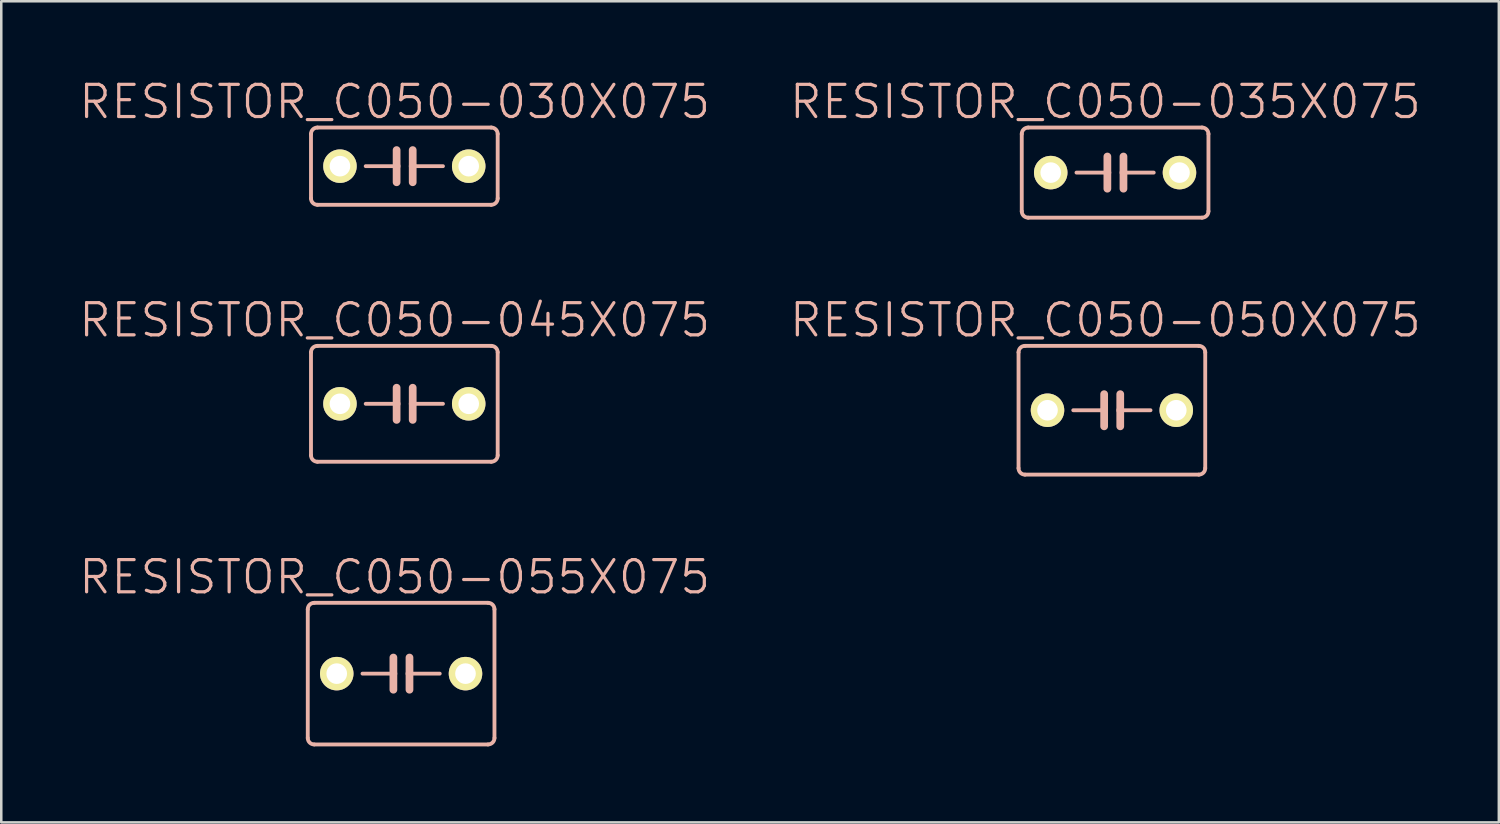
<source format=kicad_pcb>
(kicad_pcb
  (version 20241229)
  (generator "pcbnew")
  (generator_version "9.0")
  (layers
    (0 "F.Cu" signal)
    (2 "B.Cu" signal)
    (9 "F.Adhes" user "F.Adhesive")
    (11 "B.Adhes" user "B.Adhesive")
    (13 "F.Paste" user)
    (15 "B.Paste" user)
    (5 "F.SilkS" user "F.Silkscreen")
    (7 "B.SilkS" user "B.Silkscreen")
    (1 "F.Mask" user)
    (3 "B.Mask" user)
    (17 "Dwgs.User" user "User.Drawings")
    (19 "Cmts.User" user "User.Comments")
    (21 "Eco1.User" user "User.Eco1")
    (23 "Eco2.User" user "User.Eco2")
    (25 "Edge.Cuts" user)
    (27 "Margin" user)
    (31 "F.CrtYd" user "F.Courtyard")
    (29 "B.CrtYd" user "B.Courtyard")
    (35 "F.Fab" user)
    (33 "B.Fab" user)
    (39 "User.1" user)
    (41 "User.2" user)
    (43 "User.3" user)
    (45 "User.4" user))
  (footprint "RESISTOR_C050-055X075"
    (layer "F.Cu")
    (at 12.776 23.528)
    (property "Reference" "RESISTOR_C050-055X075" (at -0.254 -3.81 0) (layer "B.SilkS") (effects (font (size 1.27 1.27) (thickness 0.127))))
    (attr exclude_from_pos_files exclude_from_bom)
    (fp_line (start -3.683 -2.54) (end -3.683 2.54) (stroke (width 0.152) (type solid)) (layer "B.SilkS"))
    (fp_line (start -3.429 2.794) (end 3.429 2.794) (stroke (width 0.152) (type solid)) (layer "B.SilkS"))
    (fp_line (start -0.305 -0.635) (end -0.305 0) (stroke (width 0.305) (type solid)) (layer "B.SilkS"))
    (fp_line (start -0.305 0) (end -1.524 0) (stroke (width 0.152) (type solid)) (layer "B.SilkS"))
    (fp_line (start -0.305 0) (end -0.305 0.635) (stroke (width 0.305) (type solid)) (layer "B.SilkS"))
    (fp_line (start 0.33 -0.635) (end 0.33 0) (stroke (width 0.305) (type solid)) (layer "B.SilkS"))
    (fp_line (start 0.33 0) (end 0.33 0.635) (stroke (width 0.305) (type solid)) (layer "B.SilkS"))
    (fp_line (start 0.33 0) (end 1.524 0) (stroke (width 0.152) (type solid)) (layer "B.SilkS"))
    (fp_line (start 3.429 -2.794) (end -3.429 -2.794) (stroke (width 0.152) (type solid)) (layer "B.SilkS"))
    (fp_line (start 3.683 2.54) (end 3.683 -2.54) (stroke (width 0.152) (type solid)) (layer "B.SilkS"))
    (fp_arc (start -3.683 -2.54) (mid -3.608605 -2.719605) (end -3.429 -2.794) (stroke (width 0.1524) (type solid)) (layer "B.SilkS"))
    (fp_arc (start -3.429 2.794) (mid -3.608605 2.719605) (end -3.683 2.54) (stroke (width 0.1524) (type solid)) (layer "B.SilkS"))
    (fp_arc (start 3.429 -2.794) (mid 3.608605 -2.719605) (end 3.683 -2.54) (stroke (width 0.1524) (type solid)) (layer "B.SilkS"))
    (fp_arc (start 3.683 2.54) (mid 3.608605 2.719605) (end 3.429 2.794) (stroke (width 0.1524) (type solid)) (layer "B.SilkS"))
    (pad "1" thru_hole circle (at -2.54 0) (size 1.321 1.321) (drill 0.813) (layers "*.Cu" "F.Mask" "F.SilkS" "F.Paste"))
    (pad "2" thru_hole circle (at 2.54 0) (size 1.321 1.321) (drill 0.813) (layers "*.Cu" "F.Mask" "F.SilkS" "F.Paste")))
  (footprint "RESISTOR_C050-045X075"
    (layer "F.Cu")
    (at 12.903 12.882)
    (property "Reference" "RESISTOR_C050-045X075" (at -0.381 -3.302 0) (layer "B.SilkS") (effects (font (size 1.27 1.27) (thickness 0.127))))
    (attr exclude_from_pos_files exclude_from_bom)
    (fp_line (start -3.683 -2.032) (end -3.683 2.032) (stroke (width 0.152) (type solid)) (layer "B.SilkS"))
    (fp_line (start -3.429 2.286) (end 3.429 2.286) (stroke (width 0.152) (type solid)) (layer "B.SilkS"))
    (fp_line (start -0.305 -0.635) (end -0.305 0) (stroke (width 0.305) (type solid)) (layer "B.SilkS"))
    (fp_line (start -0.305 0) (end -1.524 0) (stroke (width 0.152) (type solid)) (layer "B.SilkS"))
    (fp_line (start -0.305 0) (end -0.305 0.635) (stroke (width 0.305) (type solid)) (layer "B.SilkS"))
    (fp_line (start 0.33 -0.635) (end 0.33 0) (stroke (width 0.305) (type solid)) (layer "B.SilkS"))
    (fp_line (start 0.33 0) (end 0.33 0.635) (stroke (width 0.305) (type solid)) (layer "B.SilkS"))
    (fp_line (start 0.33 0) (end 1.524 0) (stroke (width 0.152) (type solid)) (layer "B.SilkS"))
    (fp_line (start 3.429 -2.286) (end -3.429 -2.286) (stroke (width 0.152) (type solid)) (layer "B.SilkS"))
    (fp_line (start 3.683 2.032) (end 3.683 -2.032) (stroke (width 0.152) (type solid)) (layer "B.SilkS"))
    (fp_arc (start -3.683 -2.032) (mid -3.608605 -2.211605) (end -3.429 -2.286) (stroke (width 0.1524) (type solid)) (layer "B.SilkS"))
    (fp_arc (start -3.429 2.286) (mid -3.608605 2.211605) (end -3.683 2.032) (stroke (width 0.1524) (type solid)) (layer "B.SilkS"))
    (fp_arc (start 3.429 -2.286) (mid 3.608605 -2.211605) (end 3.683 -2.032) (stroke (width 0.1524) (type solid)) (layer "B.SilkS"))
    (fp_arc (start 3.683 2.032) (mid 3.608605 2.211605) (end 3.429 2.286) (stroke (width 0.1524) (type solid)) (layer "B.SilkS"))
    (pad "1" thru_hole circle (at -2.54 0) (size 1.321 1.321) (drill 0.813) (layers "*.Cu" "F.Mask" "F.SilkS" "F.Paste"))
    (pad "2" thru_hole circle (at 2.54 0) (size 1.321 1.321) (drill 0.813) (layers "*.Cu" "F.Mask" "F.SilkS" "F.Paste")))
  (footprint "RESISTOR_C050-050X075"
    (layer "F.Cu")
    (at 40.819 13.136)
    (property "Reference" "RESISTOR_C050-050X075" (at -0.254 -3.556 0) (layer "B.SilkS") (effects (font (size 1.27 1.27) (thickness 0.127))))
    (attr exclude_from_pos_files exclude_from_bom)
    (fp_line (start -3.683 -2.286) (end -3.683 2.286) (stroke (width 0.152) (type solid)) (layer "B.SilkS"))
    (fp_line (start -3.429 2.54) (end 3.429 2.54) (stroke (width 0.152) (type solid)) (layer "B.SilkS"))
    (fp_line (start -0.305 -0.635) (end -0.305 0) (stroke (width 0.305) (type solid)) (layer "B.SilkS"))
    (fp_line (start -0.305 0) (end -1.524 0) (stroke (width 0.152) (type solid)) (layer "B.SilkS"))
    (fp_line (start -0.305 0) (end -0.305 0.635) (stroke (width 0.305) (type solid)) (layer "B.SilkS"))
    (fp_line (start 0.33 -0.635) (end 0.33 0) (stroke (width 0.305) (type solid)) (layer "B.SilkS"))
    (fp_line (start 0.33 0) (end 0.33 0.635) (stroke (width 0.305) (type solid)) (layer "B.SilkS"))
    (fp_line (start 0.33 0) (end 1.524 0) (stroke (width 0.152) (type solid)) (layer "B.SilkS"))
    (fp_line (start 3.429 -2.54) (end -3.429 -2.54) (stroke (width 0.152) (type solid)) (layer "B.SilkS"))
    (fp_line (start 3.683 2.286) (end 3.683 -2.286) (stroke (width 0.152) (type solid)) (layer "B.SilkS"))
    (fp_arc (start -3.683 -2.286) (mid -3.608605 -2.465605) (end -3.429 -2.54) (stroke (width 0.1524) (type solid)) (layer "B.SilkS"))
    (fp_arc (start -3.429 2.54) (mid -3.608605 2.465605) (end -3.683 2.286) (stroke (width 0.1524) (type solid)) (layer "B.SilkS"))
    (fp_arc (start 3.429 -2.54) (mid 3.608605 -2.465605) (end 3.683 -2.286) (stroke (width 0.1524) (type solid)) (layer "B.SilkS"))
    (fp_arc (start 3.683 2.286) (mid 3.608605 2.465605) (end 3.429 2.54) (stroke (width 0.1524) (type solid)) (layer "B.SilkS"))
    (pad "1" thru_hole circle (at -2.54 0) (size 1.321 1.321) (drill 0.813) (layers "*.Cu" "F.Mask" "F.SilkS" "F.Paste"))
    (pad "2" thru_hole circle (at 2.54 0) (size 1.321 1.321) (drill 0.813) (layers "*.Cu" "F.Mask" "F.SilkS" "F.Paste")))
  (footprint "RESISTOR_C050-030X075"
    (layer "F.Cu")
    (at 12.903 3.506)
    (property "Reference" "RESISTOR_C050-030X075" (at -0.381 -2.54 0) (layer "B.SilkS") (effects (font (size 1.27 1.27) (thickness 0.127))))
    (attr exclude_from_pos_files exclude_from_bom)
    (fp_line (start -3.683 -1.27) (end -3.683 1.27) (stroke (width 0.152) (type solid)) (layer "B.SilkS"))
    (fp_line (start -3.429 1.524) (end 3.429 1.524) (stroke (width 0.152) (type solid)) (layer "B.SilkS"))
    (fp_line (start -0.305 -0.635) (end -0.305 0) (stroke (width 0.305) (type solid)) (layer "B.SilkS"))
    (fp_line (start -0.305 0) (end -1.524 0) (stroke (width 0.152) (type solid)) (layer "B.SilkS"))
    (fp_line (start -0.305 0) (end -0.305 0.635) (stroke (width 0.305) (type solid)) (layer "B.SilkS"))
    (fp_line (start 0.33 -0.635) (end 0.33 0) (stroke (width 0.305) (type solid)) (layer "B.SilkS"))
    (fp_line (start 0.33 0) (end 0.33 0.635) (stroke (width 0.305) (type solid)) (layer "B.SilkS"))
    (fp_line (start 0.33 0) (end 1.524 0) (stroke (width 0.152) (type solid)) (layer "B.SilkS"))
    (fp_line (start 3.429 -1.524) (end -3.429 -1.524) (stroke (width 0.152) (type solid)) (layer "B.SilkS"))
    (fp_line (start 3.683 1.27) (end 3.683 -1.27) (stroke (width 0.152) (type solid)) (layer "B.SilkS"))
    (fp_arc (start -3.683 -1.27) (mid -3.608605 -1.449605) (end -3.429 -1.524) (stroke (width 0.1524) (type solid)) (layer "B.SilkS"))
    (fp_arc (start -3.429 1.524) (mid -3.608605 1.449605) (end -3.683 1.27) (stroke (width 0.1524) (type solid)) (layer "B.SilkS"))
    (fp_arc (start 3.429 -1.524) (mid 3.608605 -1.449605) (end 3.683 -1.27) (stroke (width 0.1524) (type solid)) (layer "B.SilkS"))
    (fp_arc (start 3.683 1.27) (mid 3.608605 1.449605) (end 3.429 1.524) (stroke (width 0.1524) (type solid)) (layer "B.SilkS"))
    (pad "1" thru_hole circle (at -2.54 0) (size 1.321 1.321) (drill 0.813) (layers "*.Cu" "F.Mask" "F.SilkS" "F.Paste"))
    (pad "2" thru_hole circle (at 2.54 0) (size 1.321 1.321) (drill 0.813) (layers "*.Cu" "F.Mask" "F.SilkS" "F.Paste")))
  (footprint "RESISTOR_C050-035X075"
    (layer "F.Cu")
    (at 40.946 3.76)
    (property "Reference" "RESISTOR_C050-035X075" (at -0.381 -2.794 0) (layer "B.SilkS") (effects (font (size 1.27 1.27) (thickness 0.127))))
    (attr exclude_from_pos_files exclude_from_bom)
    (fp_line (start -3.683 -1.524) (end -3.683 1.524) (stroke (width 0.152) (type solid)) (layer "B.SilkS"))
    (fp_line (start -3.429 1.778) (end 3.429 1.778) (stroke (width 0.152) (type solid)) (layer "B.SilkS"))
    (fp_line (start -0.305 -0.635) (end -0.305 0) (stroke (width 0.305) (type solid)) (layer "B.SilkS"))
    (fp_line (start -0.305 0) (end -1.524 0) (stroke (width 0.152) (type solid)) (layer "B.SilkS"))
    (fp_line (start -0.305 0) (end -0.305 0.635) (stroke (width 0.305) (type solid)) (layer "B.SilkS"))
    (fp_line (start 0.33 -0.635) (end 0.33 0) (stroke (width 0.305) (type solid)) (layer "B.SilkS"))
    (fp_line (start 0.33 0) (end 0.33 0.635) (stroke (width 0.305) (type solid)) (layer "B.SilkS"))
    (fp_line (start 0.33 0) (end 1.524 0) (stroke (width 0.152) (type solid)) (layer "B.SilkS"))
    (fp_line (start 3.429 -1.778) (end -3.429 -1.778) (stroke (width 0.152) (type solid)) (layer "B.SilkS"))
    (fp_line (start 3.683 1.524) (end 3.683 -1.524) (stroke (width 0.152) (type solid)) (layer "B.SilkS"))
    (fp_arc (start -3.683 -1.524) (mid -3.608605 -1.703605) (end -3.429 -1.778) (stroke (width 0.1524) (type solid)) (layer "B.SilkS"))
    (fp_arc (start -3.429 1.778) (mid -3.608605 1.703605) (end -3.683 1.524) (stroke (width 0.1524) (type solid)) (layer "B.SilkS"))
    (fp_arc (start 3.429 -1.778) (mid 3.608605 -1.703605) (end 3.683 -1.524) (stroke (width 0.1524) (type solid)) (layer "B.SilkS"))
    (fp_arc (start 3.683 1.524) (mid 3.608605 1.703605) (end 3.429 1.778) (stroke (width 0.1524) (type solid)) (layer "B.SilkS"))
    (pad "1" thru_hole circle (at -2.54 0) (size 1.321 1.321) (drill 0.813) (layers "*.Cu" "F.Mask" "F.SilkS" "F.Paste"))
    (pad "2" thru_hole circle (at 2.54 0) (size 1.321 1.321) (drill 0.813) (layers "*.Cu" "F.Mask" "F.SilkS" "F.Paste")))
  (gr_rect
    (start -3 -3)
    (end 56.086 29.398)
    (stroke (width 0.1) (type default))
    (fill no)
    (layer "Edge.Cuts")))
</source>
